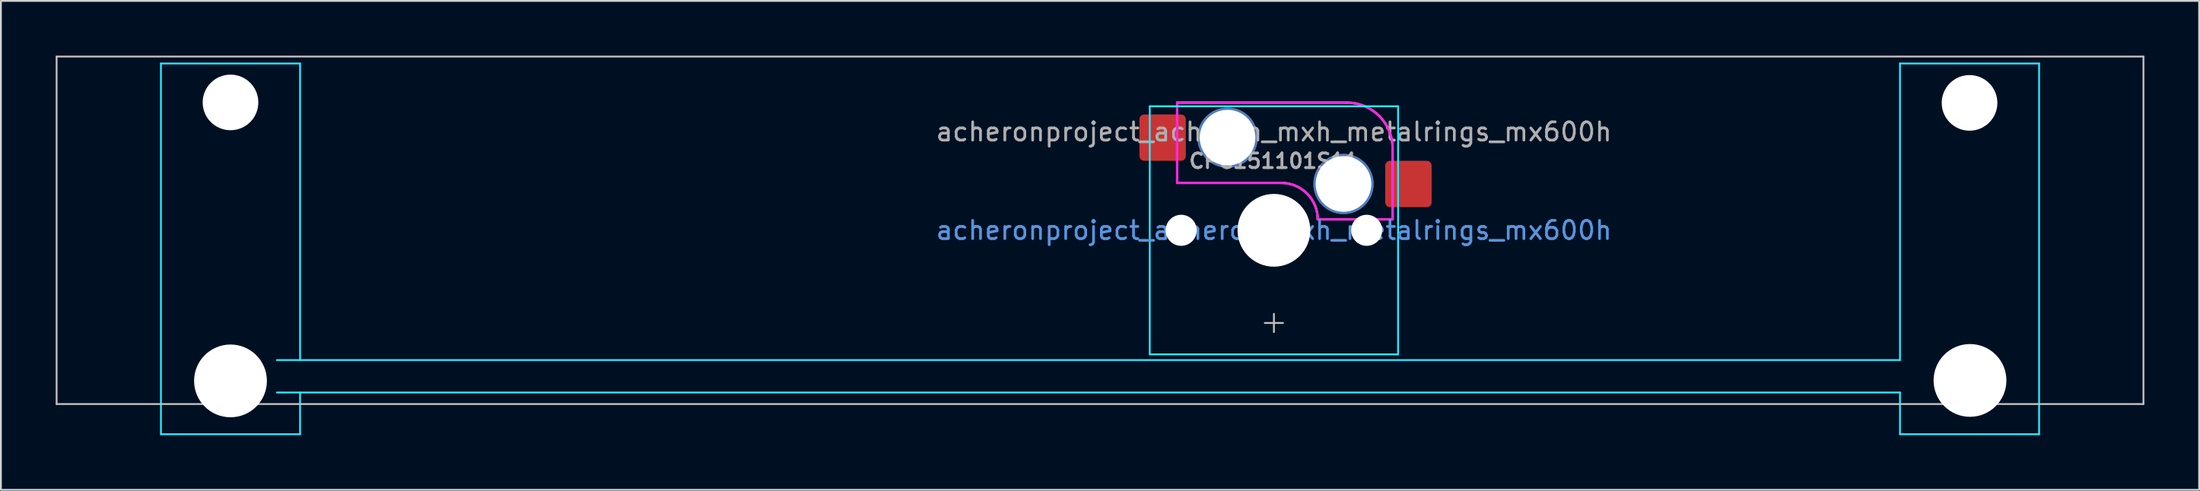
<source format=kicad_pcb>
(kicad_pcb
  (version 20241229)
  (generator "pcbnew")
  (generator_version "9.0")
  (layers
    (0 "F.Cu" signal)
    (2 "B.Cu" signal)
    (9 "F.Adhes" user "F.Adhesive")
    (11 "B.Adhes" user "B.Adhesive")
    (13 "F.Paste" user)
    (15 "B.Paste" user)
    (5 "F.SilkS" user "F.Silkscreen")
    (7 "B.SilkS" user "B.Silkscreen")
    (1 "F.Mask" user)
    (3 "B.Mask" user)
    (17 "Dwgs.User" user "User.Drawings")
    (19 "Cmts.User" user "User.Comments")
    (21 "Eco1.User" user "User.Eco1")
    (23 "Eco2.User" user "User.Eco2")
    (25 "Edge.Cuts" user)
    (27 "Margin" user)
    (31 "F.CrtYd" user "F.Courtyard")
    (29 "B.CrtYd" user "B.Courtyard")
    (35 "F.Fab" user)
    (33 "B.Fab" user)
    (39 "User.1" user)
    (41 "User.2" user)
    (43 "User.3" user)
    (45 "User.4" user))
  (footprint "acheronproject_acheron_mxh_metalrings_mx600h"
    (layer "F.Cu")
    (at 66.725 9.575)
    (property "Reference" "acheronproject_acheron_mxh_metalrings_mx600h" (at 0 0 0) (layer "Cmts.User") (effects (font (size 1 1) (thickness 0.15))))
    (attr smd)
    (fp_line (start -66.675 -9.525) (end -66.675 9.525) (stroke (width 0.1) (type solid)) (layer "Dwgs.User"))
    (fp_line (start -66.675 -9.525) (end 47.625 -9.525) (stroke (width 0.1) (type solid)) (layer "Dwgs.User"))
    (fp_line (start -66.675 9.525) (end 47.625 9.525) (stroke (width 0.1) (type solid)) (layer "Dwgs.User"))
    (fp_line (start -0.5 5.08) (end 0.5 5.08) (stroke (width 0.1) (type solid)) (layer "Dwgs.User"))
    (fp_line (start 0 5.58) (end 0 4.58) (stroke (width 0.1) (type solid)) (layer "Dwgs.User"))
    (fp_line (start 47.625 -9.525) (end 47.625 9.525) (stroke (width 0.1) (type solid)) (layer "Dwgs.User"))
    (fp_line (start -60.65 -5.485) (end -60.65 8.515) (stroke (width 0.1) (type solid)) (layer "Eco1.User"))
    (fp_line (start -60.15 -5.985) (end -54.15 -5.985) (stroke (width 0.1) (type solid)) (layer "Eco1.User"))
    (fp_line (start -54.15 9.015) (end -60.15 9.015) (stroke (width 0.1) (type solid)) (layer "Eco1.User"))
    (fp_line (start -53.65 8.515) (end -53.65 -5.485) (stroke (width 0.1) (type solid)) (layer "Eco1.User"))
    (fp_line (start -7 -6.5) (end -7 6.5) (stroke (width 0.1) (type solid)) (layer "Eco1.User"))
    (fp_line (start -6.5 7) (end 6.5 7) (stroke (width 0.1) (type solid)) (layer "Eco1.User"))
    (fp_line (start 6.5 -7) (end -6.5 -7) (stroke (width 0.1) (type solid)) (layer "Eco1.User"))
    (fp_line (start 7 6.5) (end 7 -6.5) (stroke (width 0.1) (type solid)) (layer "Eco1.User"))
    (fp_line (start 34.6 -5.485) (end 34.6 8.515) (stroke (width 0.1) (type solid)) (layer "Eco1.User"))
    (fp_line (start 35.1 -5.985) (end 41.1 -5.985) (stroke (width 0.1) (type solid)) (layer "Eco1.User"))
    (fp_line (start 41.1 9.015) (end 35.1 9.015) (stroke (width 0.1) (type solid)) (layer "Eco1.User"))
    (fp_line (start 41.6 8.515) (end 41.6 -5.485) (stroke (width 0.1) (type solid)) (layer "Eco1.User"))
    (fp_arc (start -60.65 -5.485) (mid -60.503553 -5.838553) (end -60.15 -5.985) (stroke (width 0.1) (type solid)) (layer "Eco1.User"))
    (fp_arc (start -60.15 9.015) (mid -60.503553 8.868553) (end -60.65 8.515) (stroke (width 0.1) (type solid)) (layer "Eco1.User"))
    (fp_arc (start -54.15 -5.985) (mid -53.796447 -5.838553) (end -53.65 -5.485) (stroke (width 0.1) (type solid)) (layer "Eco1.User"))
    (fp_arc (start -53.65 8.515) (mid -53.796447 8.868553) (end -54.15 9.015) (stroke (width 0.1) (type solid)) (layer "Eco1.User"))
    (fp_arc (start -7 -6.5) (mid -6.853553 -6.853553) (end -6.5 -7) (stroke (width 0.1) (type solid)) (layer "Eco1.User"))
    (fp_arc (start -6.5 7) (mid -6.853553 6.853553) (end -7 6.5) (stroke (width 0.1) (type solid)) (layer "Eco1.User"))
    (fp_arc (start 6.5 -7) (mid 6.853553 -6.853553) (end 7 -6.5) (stroke (width 0.1) (type solid)) (layer "Eco1.User"))
    (fp_arc (start 7 6.5) (mid 6.853553 6.853553) (end 6.5 7) (stroke (width 0.1) (type solid)) (layer "Eco1.User"))
    (fp_arc (start 34.6 -5.485) (mid 34.746447 -5.838553) (end 35.1 -5.985) (stroke (width 0.1) (type solid)) (layer "Eco1.User"))
    (fp_arc (start 35.1 9.015) (mid 34.746447 8.868553) (end 34.6 8.515) (stroke (width 0.1) (type solid)) (layer "Eco1.User"))
    (fp_arc (start 41.1 -5.985) (mid 41.453553 -5.838553) (end 41.6 -5.485) (stroke (width 0.1) (type solid)) (layer "Eco1.User"))
    (fp_arc (start 41.6 8.515) (mid 41.453553 8.868553) (end 41.1 9.015) (stroke (width 0.1) (type solid)) (layer "Eco1.User"))
    (fp_line (start -60.96 -9.144) (end -60.96 11.176) (stroke (width 0.1) (type solid)) (layer "B.CrtYd"))
    (fp_line (start -60.96 -9.144) (end -53.34 -9.144) (stroke (width 0.1) (type solid)) (layer "B.CrtYd"))
    (fp_line (start -60.96 11.176) (end -53.34 11.176) (stroke (width 0.1) (type solid)) (layer "B.CrtYd"))
    (fp_line (start -54.61 7.112) (end 34.29 7.112) (stroke (width 0.1) (type solid)) (layer "B.CrtYd"))
    (fp_line (start -54.61 8.89) (end 34.29 8.89) (stroke (width 0.1) (type solid)) (layer "B.CrtYd"))
    (fp_line (start -53.34 7.112) (end -53.34 -9.144) (stroke (width 0.1) (type solid)) (layer "B.CrtYd"))
    (fp_line (start -53.34 8.89) (end -53.34 11.176) (stroke (width 0.1) (type solid)) (layer "B.CrtYd"))
    (fp_line (start -6.8 -6.8) (end -6.8 6.8) (stroke (width 0.1) (type solid)) (layer "B.CrtYd"))
    (fp_line (start 6.8 -6.8) (end -6.8 -6.8) (stroke (width 0.1) (type solid)) (layer "B.CrtYd"))
    (fp_line (start 6.8 -6.8) (end 6.8 6.8) (stroke (width 0.1) (type solid)) (layer "B.CrtYd"))
    (fp_line (start 6.8 6.8) (end -6.8 6.8) (stroke (width 0.1) (type solid)) (layer "B.CrtYd"))
    (fp_line (start 34.29 7.112) (end 34.29 -9.144) (stroke (width 0.1) (type solid)) (layer "B.CrtYd"))
    (fp_line (start 34.29 8.89) (end 34.29 11.176) (stroke (width 0.1) (type solid)) (layer "B.CrtYd"))
    (fp_line (start 41.91 -9.144) (end 34.29 -9.144) (stroke (width 0.1) (type solid)) (layer "B.CrtYd"))
    (fp_line (start 41.91 -9.144) (end 41.91 11.176) (stroke (width 0.1) (type solid)) (layer "B.CrtYd"))
    (fp_line (start 41.91 11.176) (end 34.29 11.176) (stroke (width 0.1) (type solid)) (layer "B.CrtYd"))
    (fp_line (start -5.3 -7) (end -5.3 -2.6) (stroke (width 0.127) (type solid)) (layer "F.CrtYd"))
    (fp_line (start -5.2 -7) (end -5.3 -7) (stroke (width 0.12) (type solid)) (layer "F.CrtYd"))
    (fp_line (start 0.4 -2.6) (end -5.3 -2.6) (stroke (width 0.127) (type solid)) (layer "F.CrtYd"))
    (fp_line (start 4 -7) (end -5.2 -7) (stroke (width 0.12) (type solid)) (layer "F.CrtYd"))
    (fp_line (start 6.5 -4.5) (end 6.5 -0.6) (stroke (width 0.127) (type solid)) (layer "F.CrtYd"))
    (fp_line (start 6.5 -0.6) (end 2.4 -0.6) (stroke (width 0.12) (type solid)) (layer "F.CrtYd"))
    (fp_arc (start 0.4 -2.6) (mid 1.814214 -2.014214) (end 2.4 -0.6) (stroke (width 0.127) (type solid)) (layer "F.CrtYd"))
    (fp_arc (start 4 -7) (mid 5.767767 -6.267767) (end 6.5 -4.5) (stroke (width 0.127) (type solid)) (layer "F.CrtYd"))
    (fp_line (start -5.3 -7) (end -5.3 -2.6) (stroke (width 0.127) (type solid)) (layer "F.Fab"))
    (fp_line (start -5.3 -7) (end 4 -7) (stroke (width 0.127) (type solid)) (layer "F.Fab"))
    (fp_line (start -0.5 0) (end 0.5 0) (stroke (width 0.1) (type solid)) (layer "F.Fab"))
    (fp_line (start 0 0.5) (end 0 -0.5) (stroke (width 0.1) (type solid)) (layer "F.Fab"))
    (fp_line (start 0.4 -2.6) (end -5.3 -2.6) (stroke (width 0.127) (type solid)) (layer "F.Fab"))
    (fp_line (start 6.5 -4.5) (end 6.5 -0.6) (stroke (width 0.127) (type solid)) (layer "F.Fab"))
    (fp_line (start 6.5 -0.6) (end 2.4 -0.6) (stroke (width 0.127) (type solid)) (layer "F.Fab"))
    (fp_arc (start 0.400001 -2.600001) (mid 1.814214 -2.014214) (end 2.4 -0.6) (stroke (width 0.127) (type solid)) (layer "F.Fab"))
    (fp_arc (start 4.000001 -7.000001) (mid 5.767768 -6.267767) (end 6.5 -4.5) (stroke (width 0.127) (type solid)) (layer "F.Fab"))
    (fp_text user "${REFERENCE}" (at 0 -5.4 0) (layer "F.Fab") (effects (font (size 1 1) (thickness 0.15))))
    (fp_text user "CPG151101S11" (at 0 -3.8 0) (unlocked yes) (layer "F.Fab") (effects (font (size 0.8 0.8) (thickness 0.16))))
    (pad "" np_thru_hole circle (at -57.15 -7.01) (size 3.048 3.048) (drill 3.048) (layers "*.Cu" "*.Mask"))
    (pad "" np_thru_hole circle (at -57.15 8.255) (size 3.988 3.988) (drill 3.988) (layers "*.Cu" "*.Mask"))
    (pad "" np_thru_hole circle (at -5.08 0) (size 1.702 1.702) (drill 1.702) (layers "*.Cu" "*.Mask"))
    (pad "" np_thru_hole circle (at -2.54 -5.08) (size 3.302 3.302) (drill 3.048) (layers "*.Cu" "*.Mask"))
    (pad "" np_thru_hole circle (at 0 0) (size 3.988 3.988) (drill 3.988) (layers "*.Cu" "*.Mask"))
    (pad "" np_thru_hole circle (at 3.81 -2.54) (size 3.302 3.302) (drill 3.048) (layers "*.Cu" "*.Mask"))
    (pad "" np_thru_hole circle (at 5.08 0) (size 1.702 1.702) (drill 1.702) (layers "*.Cu" "*.Mask"))
    (pad "" np_thru_hole circle (at 38.1 -6.985) (size 3.048 3.048) (drill 3.048) (layers "*.Cu" "*.Mask"))
    (pad "" np_thru_hole circle (at 38.125 8.23) (size 3.988 3.988) (drill 3.988) (layers "*.Cu" "*.Mask"))
    (pad "1" smd roundrect (at -6.096 -5.08) (size 2.54 2.54) (layers "F.Cu" "F.Mask") (roundrect_rratio 0.1))
    (pad "2" smd roundrect (at 7.366 -2.54) (size 2.54 2.54) (layers "F.Cu" "F.Mask") (roundrect_rratio 0.1)))
  (gr_rect
    (start -3 -3)
    (end 117.4 23.801)
    (stroke (width 0.1) (type default))
    (fill no)
    (layer "Edge.Cuts")))
</source>
